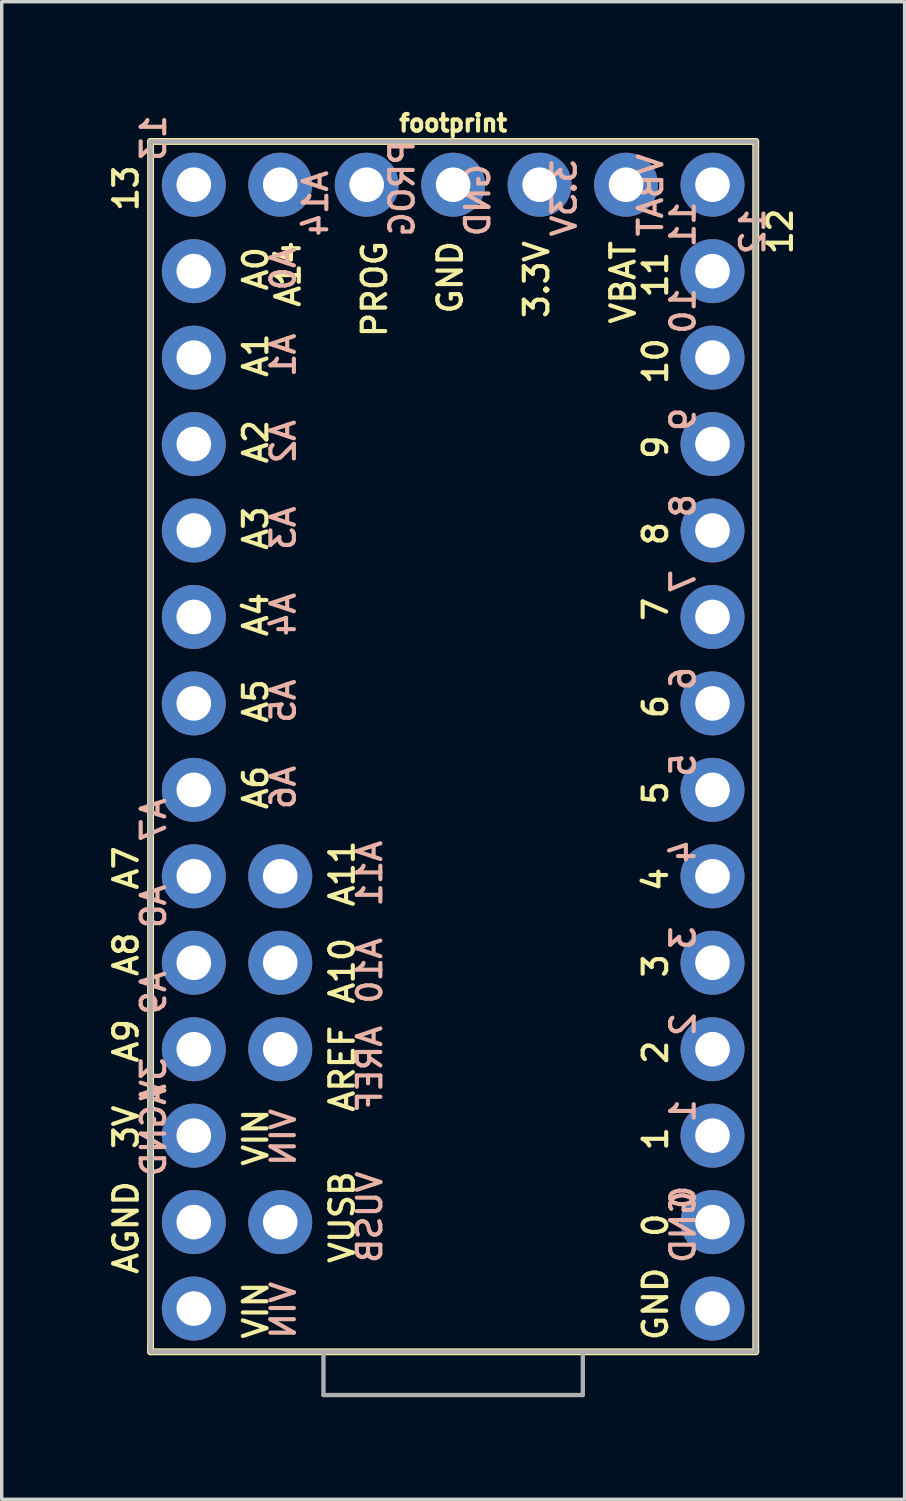
<source format=kicad_pcb>
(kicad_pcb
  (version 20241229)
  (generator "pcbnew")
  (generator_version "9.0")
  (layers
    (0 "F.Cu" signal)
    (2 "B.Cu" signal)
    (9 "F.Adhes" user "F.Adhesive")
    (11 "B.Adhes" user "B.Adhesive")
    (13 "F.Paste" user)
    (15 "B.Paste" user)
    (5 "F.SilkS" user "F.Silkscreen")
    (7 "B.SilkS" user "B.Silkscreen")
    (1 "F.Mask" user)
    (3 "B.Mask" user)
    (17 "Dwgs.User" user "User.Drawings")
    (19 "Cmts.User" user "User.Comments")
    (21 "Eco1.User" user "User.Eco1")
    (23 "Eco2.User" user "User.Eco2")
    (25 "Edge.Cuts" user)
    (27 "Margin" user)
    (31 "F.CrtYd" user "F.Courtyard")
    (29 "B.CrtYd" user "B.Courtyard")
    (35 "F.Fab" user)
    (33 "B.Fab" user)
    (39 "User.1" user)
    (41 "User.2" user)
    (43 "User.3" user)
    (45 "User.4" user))
  (footprint "footprint"
    (layer "F.Cu")
    (at 10.264 18.887)
    (property "Reference" "footprint" (at 0 -18.034 0) (layer "F.SilkS") (effects (font (size 0.488 0.488) (thickness 0.122)) (justify bottom)))
    (fp_line (start -8.89 -17.78) (end 8.89 -17.78) (stroke (width 0.203) (type solid)) (layer "F.SilkS"))
    (fp_line (start -8.89 17.78) (end -8.89 -17.78) (stroke (width 0.203) (type solid)) (layer "F.SilkS"))
    (fp_line (start 8.89 -17.78) (end 8.89 17.78) (stroke (width 0.203) (type solid)) (layer "F.SilkS"))
    (fp_line (start 8.89 17.78) (end -8.89 17.78) (stroke (width 0.203) (type solid)) (layer "F.SilkS"))
    (fp_line (start -8.89 -17.78) (end 8.89 -17.78) (stroke (width 0.127) (type solid)) (layer "B.SilkS"))
    (fp_line (start -8.89 17.78) (end -8.89 -17.78) (stroke (width 0.127) (type solid)) (layer "B.SilkS"))
    (fp_line (start 8.89 -17.78) (end 8.89 17.78) (stroke (width 0.127) (type solid)) (layer "B.SilkS"))
    (fp_line (start 8.89 17.78) (end -8.89 17.78) (stroke (width 0.127) (type solid)) (layer "B.SilkS"))
    (fp_line (start -8.89 -17.78) (end 8.89 -17.78) (stroke (width 0.127) (type solid)) (layer "F.Fab"))
    (fp_line (start -8.89 17.78) (end -8.89 -17.78) (stroke (width 0.127) (type solid)) (layer "F.Fab"))
    (fp_line (start -3.81 17.78) (end -8.89 17.78) (stroke (width 0.127) (type solid)) (layer "F.Fab"))
    (fp_line (start -3.81 19.05) (end -3.81 17.78) (stroke (width 0.127) (type solid)) (layer "F.Fab"))
    (fp_line (start -3.81 19.05) (end 3.81 19.05) (stroke (width 0.127) (type solid)) (layer "F.Fab"))
    (fp_line (start 3.81 17.78) (end -3.81 17.78) (stroke (width 0.127) (type solid)) (layer "F.Fab"))
    (fp_line (start 3.81 19.05) (end 3.81 17.78) (stroke (width 0.127) (type solid)) (layer "F.Fab"))
    (fp_line (start 8.89 -17.78) (end 8.89 17.78) (stroke (width 0.127) (type solid)) (layer "F.Fab"))
    (fp_line (start 8.89 17.78) (end 3.81 17.78) (stroke (width 0.127) (type solid)) (layer "F.Fab"))
    (fp_text user "PROG" (at -1.905 -14.922 90) (layer "F.SilkS") (effects (font (size 0.691 0.691) (thickness 0.122)) (justify right bottom)))
    (fp_text user "3.3V" (at 2.857 -14.922 90) (layer "F.SilkS") (effects (font (size 0.691 0.691) (thickness 0.122)) (justify right bottom)))
    (fp_text user "A9" (at -9.207 7.938 90) (layer "F.SilkS") (effects (font (size 0.691 0.691) (thickness 0.122)) (justify right bottom)))
    (fp_text user "VBAT" (at 5.397 -14.922 90) (layer "F.SilkS") (effects (font (size 0.691 0.691) (thickness 0.122)) (justify right bottom)))
    (fp_text user "VIN" (at -5.397 12.383 90) (layer "F.SilkS") (effects (font (size 0.691 0.691) (thickness 0.122)) (justify left bottom)))
    (fp_text user "4" (at 6.35 3.493 90) (layer "F.SilkS") (effects (font (size 0.691 0.691) (thickness 0.122)) (justify right bottom)))
    (fp_text user "VIN" (at -5.397 17.462 90) (layer "F.SilkS") (effects (font (size 0.691 0.691) (thickness 0.122)) (justify left bottom)))
    (fp_text user "A3" (at -5.397 -5.715 90) (layer "F.SilkS") (effects (font (size 0.691 0.691) (thickness 0.122)) (justify left bottom)))
    (fp_text user "A4" (at -5.397 -3.175 90) (layer "F.SilkS") (effects (font (size 0.691 0.691) (thickness 0.122)) (justify left bottom)))
    (fp_text user "VUSB" (at -2.857 15.24 90) (layer "F.SilkS") (effects (font (size 0.691 0.691) (thickness 0.122)) (justify left bottom)))
    (fp_text user "A6" (at -5.397 1.905 90) (layer "F.SilkS") (effects (font (size 0.691 0.691) (thickness 0.122)) (justify left bottom)))
    (fp_text user "6" (at 6.35 -1.587 90) (layer "F.SilkS") (effects (font (size 0.691 0.691) (thickness 0.122)) (justify right bottom)))
    (fp_text user "A1" (at -5.397 -10.795 90) (layer "F.SilkS") (effects (font (size 0.691 0.691) (thickness 0.122)) (justify left bottom)))
    (fp_text user "1" (at 6.35 11.113 90) (layer "F.SilkS") (effects (font (size 0.691 0.691) (thickness 0.122)) (justify right bottom)))
    (fp_text user "A2" (at -5.397 -8.255 90) (layer "F.SilkS") (effects (font (size 0.691 0.691) (thickness 0.122)) (justify left bottom)))
    (fp_text user "11" (at 6.35 -14.605 90) (layer "F.SilkS") (effects (font (size 0.691 0.691) (thickness 0.122)) (justify right bottom)))
    (fp_text user "A7" (at -9.207 2.857 90) (layer "F.SilkS") (effects (font (size 0.691 0.691) (thickness 0.122)) (justify right bottom)))
    (fp_text user "3" (at 6.35 6.032 90) (layer "F.SilkS") (effects (font (size 0.691 0.691) (thickness 0.122)) (justify right bottom)))
    (fp_text user "A14" (at -4.445 -14.922 90) (layer "F.SilkS") (effects (font (size 0.691 0.691) (thickness 0.122)) (justify right bottom)))
    (fp_text user "AREF" (at -2.857 10.795 90) (layer "F.SilkS") (effects (font (size 0.691 0.691) (thickness 0.122)) (justify left bottom)))
    (fp_text user "9" (at 6.35 -9.207 90) (layer "F.SilkS") (effects (font (size 0.691 0.691) (thickness 0.122)) (justify right bottom)))
    (fp_text user "3V" (at -9.207 10.477 90) (layer "F.SilkS") (effects (font (size 0.691 0.691) (thickness 0.122)) (justify right bottom)))
    (fp_text user "2" (at 6.35 8.572 90) (layer "F.SilkS") (effects (font (size 0.691 0.691) (thickness 0.122)) (justify right bottom)))
    (fp_text user "5" (at 6.35 0.953 90) (layer "F.SilkS") (effects (font (size 0.691 0.691) (thickness 0.122)) (justify right bottom)))
    (fp_text user "GND" (at 6.35 15.24 90) (layer "F.SilkS") (effects (font (size 0.691 0.691) (thickness 0.122)) (justify right bottom)))
    (fp_text user "0" (at 6.35 13.652 90) (layer "F.SilkS") (effects (font (size 0.691 0.691) (thickness 0.122)) (justify right bottom)))
    (fp_text user "A5" (at -5.397 -0.635 90) (layer "F.SilkS") (effects (font (size 0.691 0.691) (thickness 0.122)) (justify left bottom)))
    (fp_text user "7" (at 6.35 -4.445 90) (layer "F.SilkS") (effects (font (size 0.691 0.691) (thickness 0.122)) (justify right bottom)))
    (fp_text user "A0" (at -5.397 -13.335 90) (layer "F.SilkS") (effects (font (size 0.691 0.691) (thickness 0.122)) (justify left bottom)))
    (fp_text user "A11" (at -2.857 4.763 90) (layer "F.SilkS") (effects (font (size 0.691 0.691) (thickness 0.122)) (justify left bottom)))
    (fp_text user "AGND" (at -9.207 12.7 90) (layer "F.SilkS") (effects (font (size 0.691 0.691) (thickness 0.122)) (justify right bottom)))
    (fp_text user "A10" (at -2.857 7.62 90) (layer "F.SilkS") (effects (font (size 0.691 0.691) (thickness 0.122)) (justify left bottom)))
    (fp_text user "A8" (at -9.207 5.397 90) (layer "F.SilkS") (effects (font (size 0.691 0.691) (thickness 0.122)) (justify right bottom)))
    (fp_text user "13" (at -9.207 -17.145 90) (layer "F.SilkS") (effects (font (size 0.691 0.691) (thickness 0.122)) (justify right bottom)))
    (fp_text user "GND" (at 0.318 -14.922 90) (layer "F.SilkS") (effects (font (size 0.691 0.691) (thickness 0.122)) (justify right bottom)))
    (fp_text user "8" (at 6.35 -6.668 90) (layer "F.SilkS") (effects (font (size 0.691 0.691) (thickness 0.122)) (justify right bottom)))
    (fp_text user "10" (at 6.35 -12.065 90) (layer "F.SilkS") (effects (font (size 0.691 0.691) (thickness 0.122)) (justify right bottom)))
    (fp_text user "12" (at 9.207 -15.875 90) (layer "F.SilkS") (effects (font (size 0.691 0.691) (thickness 0.122)) (justify right top)))
    (fp_text user "VUSB" (at -2.857 15.24 270) (layer "B.SilkS") (effects (font (size 0.691 0.691) (thickness 0.122)) (justify right top mirror)))
    (fp_text user "A11" (at -2.857 4.763 270) (layer "B.SilkS") (effects (font (size 0.691 0.691) (thickness 0.122)) (justify right top mirror)))
    (fp_text user "A7" (at -9.207 2.857 270) (layer "B.SilkS") (effects (font (size 0.691 0.691) (thickness 0.122)) (justify right top mirror)))
    (fp_text user "3V" (at -9.207 10.477 270) (layer "B.SilkS") (effects (font (size 0.691 0.691) (thickness 0.122)) (justify right top mirror)))
    (fp_text user "GND" (at 0.318 -14.922 270) (layer "B.SilkS") (effects (font (size 0.691 0.691) (thickness 0.122)) (justify right top mirror)))
    (fp_text user "5" (at 6.35 0.953 270) (layer "B.SilkS") (effects (font (size 0.691 0.691) (thickness 0.122)) (justify right top mirror)))
    (fp_text user "7" (at 6.35 -4.445 270) (layer "B.SilkS") (effects (font (size 0.691 0.691) (thickness 0.122)) (justify right top mirror)))
    (fp_text user "A3" (at -5.397 -5.715 270) (layer "B.SilkS") (effects (font (size 0.691 0.691) (thickness 0.122)) (justify right top mirror)))
    (fp_text user "PROG" (at -1.905 -14.922 270) (layer "B.SilkS") (effects (font (size 0.691 0.691) (thickness 0.122)) (justify right top mirror)))
    (fp_text user "A2" (at -5.397 -8.255 270) (layer "B.SilkS") (effects (font (size 0.691 0.691) (thickness 0.122)) (justify right top mirror)))
    (fp_text user "VIN" (at -5.397 17.462 270) (layer "B.SilkS") (effects (font (size 0.691 0.691) (thickness 0.122)) (justify right top mirror)))
    (fp_text user "VIN" (at -5.397 12.383 270) (layer "B.SilkS") (effects (font (size 0.691 0.691) (thickness 0.122)) (justify right top mirror)))
    (fp_text user "13" (at -9.207 -17.145 270) (layer "B.SilkS") (effects (font (size 0.691 0.691) (thickness 0.122)) (justify right top mirror)))
    (fp_text user "0" (at 6.35 13.652 270) (layer "B.SilkS") (effects (font (size 0.691 0.691) (thickness 0.122)) (justify right top mirror)))
    (fp_text user "2" (at 6.35 8.572 270) (layer "B.SilkS") (effects (font (size 0.691 0.691) (thickness 0.122)) (justify right top mirror)))
    (fp_text user "9" (at 6.35 -9.207 270) (layer "B.SilkS") (effects (font (size 0.691 0.691) (thickness 0.122)) (justify right top mirror)))
    (fp_text user "6" (at 6.35 -1.587 270) (layer "B.SilkS") (effects (font (size 0.691 0.691) (thickness 0.122)) (justify right top mirror)))
    (fp_text user "8" (at 6.35 -6.668 270) (layer "B.SilkS") (effects (font (size 0.691 0.691) (thickness 0.122)) (justify right top mirror)))
    (fp_text user "A0" (at -5.397 -13.335 270) (layer "B.SilkS") (effects (font (size 0.691 0.691) (thickness 0.122)) (justify right top mirror)))
    (fp_text user "A8" (at -9.207 5.397 270) (layer "B.SilkS") (effects (font (size 0.691 0.691) (thickness 0.122)) (justify right top mirror)))
    (fp_text user "3" (at 6.35 6.032 270) (layer "B.SilkS") (effects (font (size 0.691 0.691) (thickness 0.122)) (justify right top mirror)))
    (fp_text user "12" (at 9.207 -15.875 270) (layer "B.SilkS") (effects (font (size 0.691 0.691) (thickness 0.122)) (justify left bottom mirror)))
    (fp_text user "AGND" (at -9.207 12.7 270) (layer "B.SilkS") (effects (font (size 0.691 0.691) (thickness 0.122)) (justify right top mirror)))
    (fp_text user "A5" (at -5.397 -0.635 270) (layer "B.SilkS") (effects (font (size 0.691 0.691) (thickness 0.122)) (justify right top mirror)))
    (fp_text user "3.3V" (at 2.857 -14.922 270) (layer "B.SilkS") (effects (font (size 0.691 0.691) (thickness 0.122)) (justify right top mirror)))
    (fp_text user "A1" (at -5.397 -10.795 270) (layer "B.SilkS") (effects (font (size 0.691 0.691) (thickness 0.122)) (justify right top mirror)))
    (fp_text user "A6" (at -5.397 1.905 270) (layer "B.SilkS") (effects (font (size 0.691 0.691) (thickness 0.122)) (justify right top mirror)))
    (fp_text user "AREF" (at -2.857 10.795 270) (layer "B.SilkS") (effects (font (size 0.691 0.691) (thickness 0.122)) (justify right top mirror)))
    (fp_text user "A14" (at -4.445 -14.922 270) (layer "B.SilkS") (effects (font (size 0.691 0.691) (thickness 0.122)) (justify right top mirror)))
    (fp_text user "4" (at 6.35 3.493 270) (layer "B.SilkS") (effects (font (size 0.691 0.691) (thickness 0.122)) (justify right top mirror)))
    (fp_text user "A4" (at -5.397 -3.175 270) (layer "B.SilkS") (effects (font (size 0.691 0.691) (thickness 0.122)) (justify right top mirror)))
    (fp_text user "10" (at 6.35 -12.065 270) (layer "B.SilkS") (effects (font (size 0.691 0.691) (thickness 0.122)) (justify right top mirror)))
    (fp_text user "VBAT" (at 5.397 -14.922 270) (layer "B.SilkS") (effects (font (size 0.691 0.691) (thickness 0.122)) (justify right top mirror)))
    (fp_text user "A9" (at -9.207 7.938 270) (layer "B.SilkS") (effects (font (size 0.691 0.691) (thickness 0.122)) (justify right top mirror)))
    (fp_text user "11" (at 6.35 -14.605 270) (layer "B.SilkS") (effects (font (size 0.691 0.691) (thickness 0.122)) (justify right top mirror)))
    (fp_text user "1" (at 6.35 11.113 270) (layer "B.SilkS") (effects (font (size 0.691 0.691) (thickness 0.122)) (justify right top mirror)))
    (fp_text user "GND" (at 6.35 15.24 270) (layer "B.SilkS") (effects (font (size 0.691 0.691) (thickness 0.122)) (justify right top mirror)))
    (fp_text user "A10" (at -2.857 7.62 270) (layer "B.SilkS") (effects (font (size 0.691 0.691) (thickness 0.122)) (justify right top mirror)))
    (pad "0" thru_hole circle (at 7.62 13.97) (size 1.88 1.88) (drill 1.016) (layers "*.Cu" "*.Mask"))
    (pad "1" thru_hole circle (at 7.62 11.43) (size 1.88 1.88) (drill 1.016) (layers "*.Cu" "*.Mask"))
    (pad "2" thru_hole circle (at 7.62 8.89) (size 1.88 1.88) (drill 1.016) (layers "*.Cu" "*.Mask"))
    (pad "3" thru_hole circle (at 7.62 6.35) (size 1.88 1.88) (drill 1.016) (layers "*.Cu" "*.Mask"))
    (pad "3.3V" thru_hole circle (at 2.54 -16.51) (size 1.88 1.88) (drill 1.016) (layers "*.Cu" "*.Mask"))
    (pad "3V" thru_hole circle (at -7.62 11.43) (size 1.88 1.88) (drill 1.016) (layers "*.Cu" "*.Mask"))
    (pad "4" thru_hole circle (at 7.62 3.81) (size 1.88 1.88) (drill 1.016) (layers "*.Cu" "*.Mask"))
    (pad "5" thru_hole circle (at 7.62 1.27) (size 1.88 1.88) (drill 1.016) (layers "*.Cu" "*.Mask"))
    (pad "6" thru_hole circle (at 7.62 -1.27) (size 1.88 1.88) (drill 1.016) (layers "*.Cu" "*.Mask"))
    (pad "7" thru_hole circle (at 7.62 -3.81) (size 1.88 1.88) (drill 1.016) (layers "*.Cu" "*.Mask"))
    (pad "8" thru_hole circle (at 7.62 -6.35) (size 1.88 1.88) (drill 1.016) (layers "*.Cu" "*.Mask"))
    (pad "9" thru_hole circle (at 7.62 -8.89) (size 1.88 1.88) (drill 1.016) (layers "*.Cu" "*.Mask"))
    (pad "10" thru_hole circle (at 7.62 -11.43) (size 1.88 1.88) (drill 1.016) (layers "*.Cu" "*.Mask"))
    (pad "11" thru_hole circle (at 7.62 -13.97) (size 1.88 1.88) (drill 1.016) (layers "*.Cu" "*.Mask"))
    (pad "12" thru_hole circle (at 7.62 -16.51) (size 1.88 1.88) (drill 1.016) (layers "*.Cu" "*.Mask"))
    (pad "13" thru_hole circle (at -7.62 -16.51) (size 1.88 1.88) (drill 1.016) (layers "*.Cu" "*.Mask"))
    (pad "14" thru_hole circle (at -7.62 -13.97) (size 1.88 1.88) (drill 1.016) (layers "*.Cu" "*.Mask"))
    (pad "15" thru_hole circle (at -7.62 -11.43) (size 1.88 1.88) (drill 1.016) (layers "*.Cu" "*.Mask"))
    (pad "16" thru_hole circle (at -7.62 -8.89) (size 1.88 1.88) (drill 1.016) (layers "*.Cu" "*.Mask"))
    (pad "17" thru_hole circle (at -7.62 -6.35) (size 1.88 1.88) (drill 1.016) (layers "*.Cu" "*.Mask"))
    (pad "18" thru_hole circle (at -7.62 -3.81) (size 1.88 1.88) (drill 1.016) (layers "*.Cu" "*.Mask"))
    (pad "19" thru_hole circle (at -7.62 -1.27) (size 1.88 1.88) (drill 1.016) (layers "*.Cu" "*.Mask"))
    (pad "20" thru_hole circle (at -7.62 1.27) (size 1.88 1.88) (drill 1.016) (layers "*.Cu" "*.Mask"))
    (pad "21" thru_hole circle (at -7.62 3.81) (size 1.88 1.88) (drill 1.016) (layers "*.Cu" "*.Mask"))
    (pad "22" thru_hole circle (at -7.62 6.35) (size 1.88 1.88) (drill 1.016) (layers "*.Cu" "*.Mask"))
    (pad "23" thru_hole circle (at -7.62 8.89) (size 1.88 1.88) (drill 1.016) (layers "*.Cu" "*.Mask"))
    (pad "A10" thru_hole circle (at -5.08 6.35) (size 1.88 1.88) (drill 1.016) (layers "*.Cu" "*.Mask"))
    (pad "A11" thru_hole circle (at -5.08 3.81) (size 1.88 1.88) (drill 1.016) (layers "*.Cu" "*.Mask"))
    (pad "A14/DAC" thru_hole circle (at -5.08 -16.51) (size 1.88 1.88) (drill 1.016) (layers "*.Cu" "*.Mask"))
    (pad "AGND" thru_hole circle (at -7.62 13.97) (size 1.88 1.88) (drill 1.016) (layers "*.Cu" "*.Mask"))
    (pad "AREF" thru_hole circle (at -5.08 8.89) (size 1.88 1.88) (drill 1.016) (layers "*.Cu" "*.Mask"))
    (pad "GND" thru_hole circle (at 0 -16.51) (size 1.88 1.88) (drill 1.016) (layers "*.Cu" "*.Mask"))
    (pad "GND1" thru_hole circle (at 7.62 16.51) (size 1.88 1.88) (drill 1.016) (layers "*.Cu" "*.Mask"))
    (pad "PROG" thru_hole circle (at -2.54 -16.51) (size 1.88 1.88) (drill 1.016) (layers "*.Cu" "*.Mask"))
    (pad "VBAT" thru_hole circle (at 5.08 -16.51) (size 1.88 1.88) (drill 1.016) (layers "*.Cu" "*.Mask"))
    (pad "VIN" thru_hole circle (at -7.62 16.51) (size 1.88 1.88) (drill 1.016) (layers "*.Cu" "*.Mask"))
    (pad "VUSB" thru_hole circle (at -5.08 13.97) (size 1.88 1.88) (drill 1.016) (layers "*.Cu" "*.Mask")))
  (gr_rect
    (start -3 -3)
    (end 23.528 41.001)
    (stroke (width 0.1) (type default))
    (fill no)
    (layer "Edge.Cuts")))
</source>
